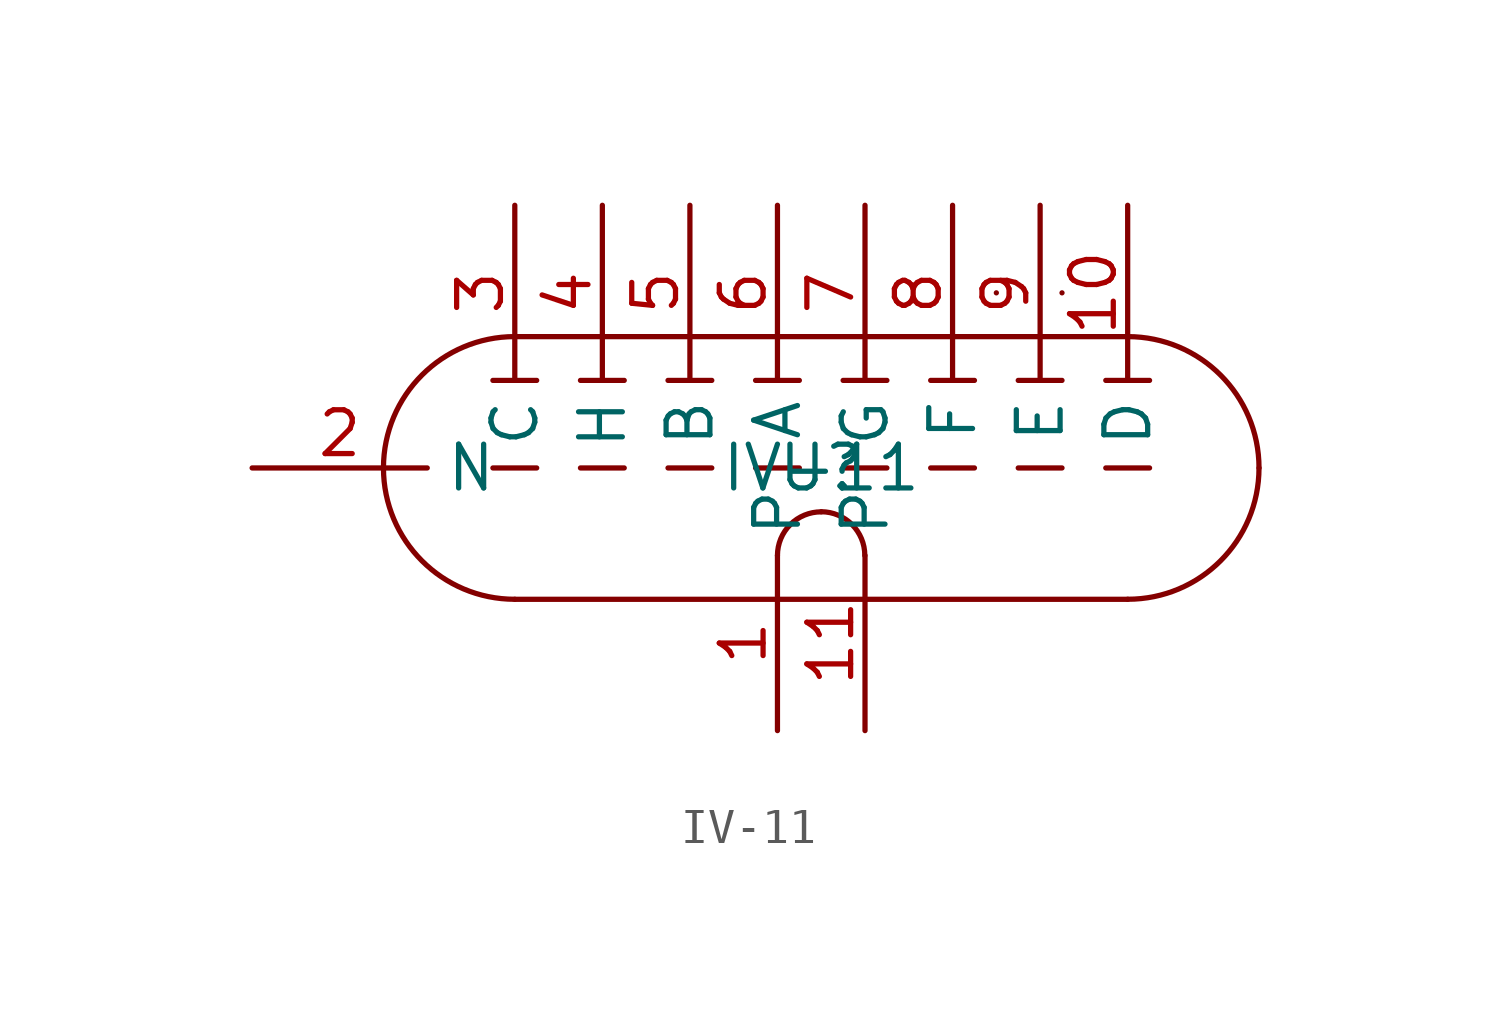
<source format=kicad_sym>
(kicad_symbol_lib
  (version 20241209)
  (generator "kicad_symbol_editor")
  (generator_version "9.0")
  (symbol "IV-11"
    (property "Reference" "U"
      (at 3.81 -5.08 0)
      (effects (font (size 1.27 1.27))))
    (property "Value" "IV-11"
      (at 3.81 -5.08 0)
      (effects (font (size 1.27 1.27))))
    (symbol "IV-11_0_1"
      (polyline (pts (xy -5.715 -2.54) (xy -4.445 -2.54)) (stroke (width 0) (type default)) (fill (type none)))
      (polyline (pts (xy -5.715 -5.08) (xy -4.445 -5.08)) (stroke (width 0) (type default)) (fill (type none)))
      (arc (start -8.89 -5.08) (mid -7.7741 -2.3859) (end -5.08 -1.27) (stroke (width 0) (type default)) (fill (type none)))
      (arc (start -5.08 -8.89) (mid -7.7741 -7.7741) (end -8.89 -5.08) (stroke (width 0) (type default)) (fill (type none)))
      (polyline (pts (xy -5.08 -1.27) (xy 12.7 -1.27)) (stroke (width 0) (type default)) (fill (type none)))
      (polyline (pts (xy -5.08 -8.89) (xy 12.7 -8.89)) (stroke (width 0) (type default)) (fill (type none)))
      (polyline (pts (xy -3.175 -2.54) (xy -1.905 -2.54)) (stroke (width 0) (type default)) (fill (type none)))
      (polyline (pts (xy -3.175 -5.08) (xy -1.905 -5.08)) (stroke (width 0) (type default)) (fill (type none)))
      (polyline (pts (xy -0.635 -2.54) (xy 0.635 -2.54)) (stroke (width 0) (type default)) (fill (type none)))
      (polyline (pts (xy -0.635 -5.08) (xy 0.635 -5.08)) (stroke (width 0) (type default)) (fill (type none)))
      (polyline (pts (xy 1.905 -2.54) (xy 3.175 -2.54)) (stroke (width 0) (type default)) (fill (type none)))
      (polyline (pts (xy 1.905 -5.08) (xy 3.175 -5.08)) (stroke (width 0) (type default)) (fill (type none)))
      (arc (start 2.54 -7.62) (mid 2.912 -6.722) (end 3.81 -6.35) (stroke (width 0) (type default)) (fill (type none)))
      (arc (start 3.81 -6.35) (mid 4.708 -6.722) (end 5.08 -7.62) (stroke (width 0) (type default)) (fill (type none)))
      (polyline (pts (xy 4.445 -5.08) (xy 5.715 -5.08)) (stroke (width 0) (type default)) (fill (type none)))
      (polyline (pts (xy 5.715 -2.54) (xy 4.445 -2.54)) (stroke (width 0) (type default)) (fill (type none)))
      (polyline (pts (xy 6.985 -2.54) (xy 8.255 -2.54)) (stroke (width 0) (type default)) (fill (type none)))
      (polyline (pts (xy 6.985 -5.08) (xy 8.255 -5.08)) (stroke (width 0) (type default)) (fill (type none)))
      (polyline (pts (xy 8.89 0) (xy 8.89 0)) (stroke (width 0) (type default)) (fill (type none)))
      (polyline (pts (xy 9.525 -2.54) (xy 10.795 -2.54)) (stroke (width 0) (type default)) (fill (type none)))
      (polyline (pts (xy 9.525 -5.08) (xy 10.795 -5.08)) (stroke (width 0) (type default)) (fill (type none)))
      (polyline (pts (xy 10.795 0) (xy 10.795 0)) (stroke (width 0) (type default)) (fill (type none)))
      (polyline (pts (xy 12.065 -2.54) (xy 13.335 -2.54)) (stroke (width 0) (type default)) (fill (type none)))
      (polyline (pts (xy 12.065 -5.08) (xy 13.335 -5.08)) (stroke (width 0) (type default)) (fill (type none)))
      (arc (start 12.7 -1.27) (mid 15.3941 -2.3859) (end 16.51 -5.08) (stroke (width 0) (type default)) (fill (type none)))
      (arc (start 16.51 -5.08) (mid 15.3941 -7.7741) (end 12.7 -8.89) (stroke (width 0) (type default)) (fill (type none))))
    (symbol "IV-11_1_1"
      (pin passive line (at -12.7 -5.08 0) (length 5.08) (name "N" (effects (font (size 1.27 1.27)))) (number "2" (effects (font (size 1.27 1.27)))))
      (pin passive line (at -5.08 2.54 270) (length 5.08) (name "C" (effects (font (size 1.27 1.27)))) (number "3" (effects (font (size 1.27 1.27)))))
      (pin passive line (at -2.54 2.54 270) (length 5.08) (name "H" (effects (font (size 1.27 1.27)))) (number "4" (effects (font (size 1.27 1.27)))))
      (pin passive line (at 0 2.54 270) (length 5.08) (name "B" (effects (font (size 1.27 1.27)))) (number "5" (effects (font (size 1.27 1.27)))))
      (pin passive line (at 2.54 2.54 270) (length 5.08) (name "A" (effects (font (size 1.27 1.27)))) (number "6" (effects (font (size 1.27 1.27)))))
      (pin passive line (at 2.54 -12.7 90) (length 5.08) (name "P" (effects (font (size 1.27 1.27)))) (number "1" (effects (font (size 1.27 1.27)))))
      (pin passive line (at 5.08 2.54 270) (length 5.08) (name "G" (effects (font (size 1.27 1.27)))) (number "7" (effects (font (size 1.27 1.27)))))
      (pin passive line (at 5.08 -12.7 90) (length 5.08) (name "P" (effects (font (size 1.27 1.27)))) (number "11" (effects (font (size 1.27 1.27)))))
      (pin passive line (at 7.62 2.54 270) (length 5.08) (name "F" (effects (font (size 1.27 1.27)))) (number "8" (effects (font (size 1.27 1.27)))))
      (pin passive line (at 10.16 2.54 270) (length 5.08) (name "E" (effects (font (size 1.27 1.27)))) (number "9" (effects (font (size 1.27 1.27)))))
      (pin passive line (at 12.7 2.54 270) (length 5.08) (name "D" (effects (font (size 1.27 1.27)))) (number "10" (effects (font (size 1.27 1.27))))))))
</source>
